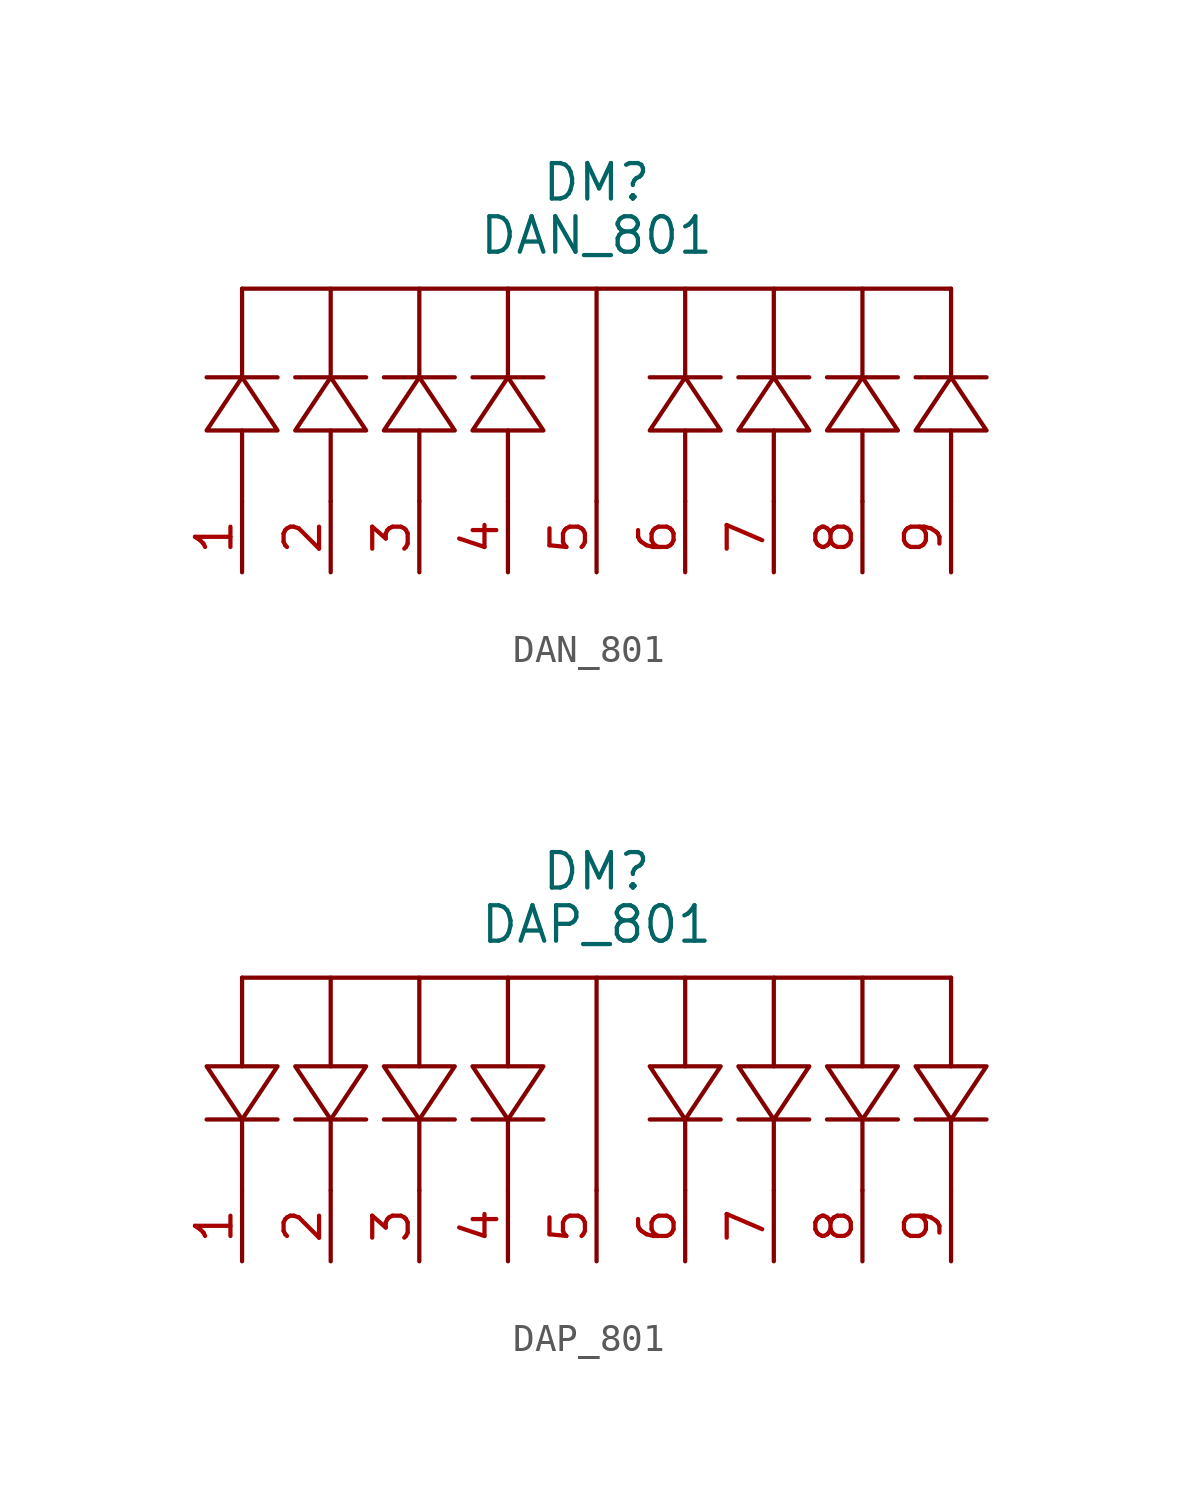
<source format=kicad_sym>
(kicad_symbol_lib
  (version 20220914)
  (generator kicad_symbol_editor)
  (symbol "DAN_801"
    (property "Reference" "DM"
      (at 0 3.81 0)
      (effects (font (size 1.27 1.27))))
    (property "Value" "DAN_801"
      (at 0 1.905 0)
      (effects (font (size 1.27 1.27))))
    (symbol "DAN_801_0_0"
      (pin unspecified line (at -12.7 -10.16 90) (length 2.54) (name "" (effects (font (size 1.27 1.27)))) (number "1" (effects (font (size 1.27 1.27)))))
      (pin unspecified line (at -9.525 -10.16 90) (length 2.54) (name "" (effects (font (size 1.27 1.27)))) (number "2" (effects (font (size 1.27 1.27)))))
      (pin unspecified line (at -6.35 -10.16 90) (length 2.54) (name "" (effects (font (size 1.27 1.27)))) (number "3" (effects (font (size 1.27 1.27)))))
      (pin unspecified line (at -3.175 -10.16 90) (length 2.54) (name "" (effects (font (size 1.27 1.27)))) (number "4" (effects (font (size 1.27 1.27)))))
      (pin unspecified line (at 0 -10.16 90) (length 2.54) (name "" (effects (font (size 1.27 1.27)))) (number "5" (effects (font (size 1.27 1.27)))))
      (pin unspecified line (at 3.175 -10.16 90) (length 2.54) (name "" (effects (font (size 1.27 1.27)))) (number "6" (effects (font (size 1.27 1.27)))))
      (pin unspecified line (at 6.35 -10.16 90) (length 2.54) (name "" (effects (font (size 1.27 1.27)))) (number "7" (effects (font (size 1.27 1.27)))))
      (pin unspecified line (at 9.525 -10.16 90) (length 2.54) (name "" (effects (font (size 1.27 1.27)))) (number "8" (effects (font (size 1.27 1.27)))))
      (pin unspecified line (at 12.7 -10.16 90) (length 2.54) (name "" (effects (font (size 1.27 1.27)))) (number "9" (effects (font (size 1.27 1.27))))))
    (symbol "DAN_801_0_1"
      (polyline (pts (xy -12.7 -5.08) (xy -12.7 -7.62)) (stroke (width 0) (type default)) (fill (type none)))
      (polyline (pts (xy -12.7 0) (xy -12.7 -3.175)) (stroke (width 0) (type default)) (fill (type none)))
      (polyline (pts (xy -11.43 -3.175) (xy -13.97 -3.175)) (stroke (width 0) (type default)) (fill (type none)))
      (polyline (pts (xy -9.525 -5.08) (xy -9.525 -7.62)) (stroke (width 0) (type default)) (fill (type none)))
      (polyline (pts (xy -9.525 0) (xy -9.525 -3.175)) (stroke (width 0) (type default)) (fill (type none)))
      (polyline (pts (xy -8.255 -3.175) (xy -10.795 -3.175)) (stroke (width 0) (type default)) (fill (type none)))
      (polyline (pts (xy -6.35 -5.08) (xy -6.35 -7.62)) (stroke (width 0) (type default)) (fill (type none)))
      (polyline (pts (xy -6.35 0) (xy -6.35 -3.175)) (stroke (width 0) (type default)) (fill (type none)))
      (polyline (pts (xy -5.08 -3.175) (xy -7.62 -3.175)) (stroke (width 0) (type default)) (fill (type none)))
      (polyline (pts (xy -3.175 -5.08) (xy -3.175 -7.62)) (stroke (width 0) (type default)) (fill (type none)))
      (polyline (pts (xy -3.175 0) (xy -3.175 -3.175)) (stroke (width 0) (type default)) (fill (type none)))
      (polyline (pts (xy -1.905 -3.175) (xy -4.445 -3.175)) (stroke (width 0) (type default)) (fill (type none)))
      (polyline (pts (xy 0 -7.62) (xy 0 0)) (stroke (width 0) (type default)) (fill (type none)))
      (polyline (pts (xy 3.175 -5.08) (xy 3.175 -7.62)) (stroke (width 0) (type default)) (fill (type none)))
      (polyline (pts (xy 3.175 0) (xy 3.175 -3.175)) (stroke (width 0) (type default)) (fill (type none)))
      (polyline (pts (xy 4.445 -3.175) (xy 1.905 -3.175)) (stroke (width 0) (type default)) (fill (type none)))
      (polyline (pts (xy 6.35 -5.08) (xy 6.35 -7.62)) (stroke (width 0) (type default)) (fill (type none)))
      (polyline (pts (xy 6.35 0) (xy 6.35 -3.175)) (stroke (width 0) (type default)) (fill (type none)))
      (polyline (pts (xy 7.62 -3.175) (xy 5.08 -3.175)) (stroke (width 0) (type default)) (fill (type none)))
      (polyline (pts (xy 9.525 -5.08) (xy 9.525 -7.62)) (stroke (width 0) (type default)) (fill (type none)))
      (polyline (pts (xy 9.525 0) (xy 9.525 -3.175)) (stroke (width 0) (type default)) (fill (type none)))
      (polyline (pts (xy 10.795 -3.175) (xy 8.255 -3.175)) (stroke (width 0) (type default)) (fill (type none)))
      (polyline (pts (xy 12.7 -5.08) (xy 12.7 -7.62)) (stroke (width 0) (type default)) (fill (type none)))
      (polyline (pts (xy 12.7 0) (xy -12.7 0)) (stroke (width 0) (type default)) (fill (type none)))
      (polyline (pts (xy 12.7 0) (xy 12.7 -3.175)) (stroke (width 0) (type default)) (fill (type none)))
      (polyline (pts (xy 13.97 -3.175) (xy 11.43 -3.175)) (stroke (width 0) (type default)) (fill (type none)))
      (polyline (pts (xy -11.43 -5.08) (xy -13.97 -5.08) (xy -12.7 -3.175) (xy -11.43 -5.08)) (stroke (width 0) (type default)) (fill (type none)))
      (polyline (pts (xy -8.255 -5.08) (xy -10.795 -5.08) (xy -9.525 -3.175) (xy -8.255 -5.08)) (stroke (width 0) (type default)) (fill (type none)))
      (polyline (pts (xy -5.08 -5.08) (xy -7.62 -5.08) (xy -6.35 -3.175) (xy -5.08 -5.08)) (stroke (width 0) (type default)) (fill (type none)))
      (polyline (pts (xy -1.905 -5.08) (xy -4.445 -5.08) (xy -3.175 -3.175) (xy -1.905 -5.08)) (stroke (width 0) (type default)) (fill (type none)))
      (polyline (pts (xy 4.445 -5.08) (xy 1.905 -5.08) (xy 3.175 -3.175) (xy 4.445 -5.08)) (stroke (width 0) (type default)) (fill (type none)))
      (polyline (pts (xy 7.62 -5.08) (xy 5.08 -5.08) (xy 6.35 -3.175) (xy 7.62 -5.08)) (stroke (width 0) (type default)) (fill (type none)))
      (polyline (pts (xy 10.795 -5.08) (xy 8.255 -5.08) (xy 9.525 -3.175) (xy 10.795 -5.08)) (stroke (width 0) (type default)) (fill (type none)))
      (polyline (pts (xy 13.97 -5.08) (xy 11.43 -5.08) (xy 12.7 -3.175) (xy 13.97 -5.08)) (stroke (width 0) (type default)) (fill (type none)))))
  (symbol "DAP_801"
    (property "Reference" "DM"
      (at 0 3.81 0)
      (effects (font (size 1.27 1.27))))
    (property "Value" "DAP_801"
      (at 0 1.905 0)
      (effects (font (size 1.27 1.27))))
    (symbol "DAP_801_0_0"
      (pin unspecified line (at -12.7 -10.16 90) (length 2.54) (name "" (effects (font (size 1.27 1.27)))) (number "1" (effects (font (size 1.27 1.27)))))
      (pin unspecified line (at -9.525 -10.16 90) (length 2.54) (name "" (effects (font (size 1.27 1.27)))) (number "2" (effects (font (size 1.27 1.27)))))
      (pin unspecified line (at -6.35 -10.16 90) (length 2.54) (name "" (effects (font (size 1.27 1.27)))) (number "3" (effects (font (size 1.27 1.27)))))
      (pin unspecified line (at -3.175 -10.16 90) (length 2.54) (name "" (effects (font (size 1.27 1.27)))) (number "4" (effects (font (size 1.27 1.27)))))
      (pin unspecified line (at 0 -10.16 90) (length 2.54) (name "" (effects (font (size 1.27 1.27)))) (number "5" (effects (font (size 1.27 1.27)))))
      (pin unspecified line (at 3.175 -10.16 90) (length 2.54) (name "" (effects (font (size 1.27 1.27)))) (number "6" (effects (font (size 1.27 1.27)))))
      (pin unspecified line (at 6.35 -10.16 90) (length 2.54) (name "" (effects (font (size 1.27 1.27)))) (number "7" (effects (font (size 1.27 1.27)))))
      (pin unspecified line (at 9.525 -10.16 90) (length 2.54) (name "" (effects (font (size 1.27 1.27)))) (number "8" (effects (font (size 1.27 1.27)))))
      (pin unspecified line (at 12.7 -10.16 90) (length 2.54) (name "" (effects (font (size 1.27 1.27)))) (number "9" (effects (font (size 1.27 1.27))))))
    (symbol "DAP_801_0_1"
      (polyline (pts (xy -13.97 -5.08) (xy -11.43 -5.08)) (stroke (width 0) (type default)) (fill (type none)))
      (polyline (pts (xy -12.7 -5.08) (xy -12.7 -7.62)) (stroke (width 0) (type default)) (fill (type none)))
      (polyline (pts (xy -12.7 0) (xy -12.7 -3.175)) (stroke (width 0) (type default)) (fill (type none)))
      (polyline (pts (xy -10.795 -5.08) (xy -8.255 -5.08)) (stroke (width 0) (type default)) (fill (type none)))
      (polyline (pts (xy -9.525 -5.08) (xy -9.525 -7.62)) (stroke (width 0) (type default)) (fill (type none)))
      (polyline (pts (xy -9.525 0) (xy -9.525 -3.175)) (stroke (width 0) (type default)) (fill (type none)))
      (polyline (pts (xy -7.62 -5.08) (xy -5.08 -5.08)) (stroke (width 0) (type default)) (fill (type none)))
      (polyline (pts (xy -6.35 -5.08) (xy -6.35 -7.62)) (stroke (width 0) (type default)) (fill (type none)))
      (polyline (pts (xy -6.35 0) (xy -6.35 -3.175)) (stroke (width 0) (type default)) (fill (type none)))
      (polyline (pts (xy -4.445 -5.08) (xy -1.905 -5.08)) (stroke (width 0) (type default)) (fill (type none)))
      (polyline (pts (xy -3.175 -5.08) (xy -3.175 -7.62)) (stroke (width 0) (type default)) (fill (type none)))
      (polyline (pts (xy -3.175 0) (xy -3.175 -3.175)) (stroke (width 0) (type default)) (fill (type none)))
      (polyline (pts (xy 0 -7.62) (xy 0 0)) (stroke (width 0) (type default)) (fill (type none)))
      (polyline (pts (xy 1.905 -5.08) (xy 4.445 -5.08)) (stroke (width 0) (type default)) (fill (type none)))
      (polyline (pts (xy 3.175 -5.08) (xy 3.175 -7.62)) (stroke (width 0) (type default)) (fill (type none)))
      (polyline (pts (xy 3.175 0) (xy 3.175 -3.175)) (stroke (width 0) (type default)) (fill (type none)))
      (polyline (pts (xy 5.08 -5.08) (xy 7.62 -5.08)) (stroke (width 0) (type default)) (fill (type none)))
      (polyline (pts (xy 6.35 -5.08) (xy 6.35 -7.62)) (stroke (width 0) (type default)) (fill (type none)))
      (polyline (pts (xy 6.35 0) (xy 6.35 -3.175)) (stroke (width 0) (type default)) (fill (type none)))
      (polyline (pts (xy 8.255 -5.08) (xy 10.795 -5.08)) (stroke (width 0) (type default)) (fill (type none)))
      (polyline (pts (xy 9.525 -5.08) (xy 9.525 -7.62)) (stroke (width 0) (type default)) (fill (type none)))
      (polyline (pts (xy 9.525 0) (xy 9.525 -3.175)) (stroke (width 0) (type default)) (fill (type none)))
      (polyline (pts (xy 11.43 -5.08) (xy 13.97 -5.08)) (stroke (width 0) (type default)) (fill (type none)))
      (polyline (pts (xy 12.7 -5.08) (xy 12.7 -7.62)) (stroke (width 0) (type default)) (fill (type none)))
      (polyline (pts (xy 12.7 0) (xy -12.7 0)) (stroke (width 0) (type default)) (fill (type none)))
      (polyline (pts (xy 12.7 0) (xy 12.7 -3.175)) (stroke (width 0) (type default)) (fill (type none)))
      (polyline (pts (xy -13.97 -3.175) (xy -11.43 -3.175) (xy -12.7 -5.08) (xy -13.97 -3.175)) (stroke (width 0) (type default)) (fill (type none)))
      (polyline (pts (xy -10.795 -3.175) (xy -8.255 -3.175) (xy -9.525 -5.08) (xy -10.795 -3.175)) (stroke (width 0) (type default)) (fill (type none)))
      (polyline (pts (xy -7.62 -3.175) (xy -5.08 -3.175) (xy -6.35 -5.08) (xy -7.62 -3.175)) (stroke (width 0) (type default)) (fill (type none)))
      (polyline (pts (xy -4.445 -3.175) (xy -1.905 -3.175) (xy -3.175 -5.08) (xy -4.445 -3.175)) (stroke (width 0) (type default)) (fill (type none)))
      (polyline (pts (xy 1.905 -3.175) (xy 4.445 -3.175) (xy 3.175 -5.08) (xy 1.905 -3.175)) (stroke (width 0) (type default)) (fill (type none)))
      (polyline (pts (xy 5.08 -3.175) (xy 7.62 -3.175) (xy 6.35 -5.08) (xy 5.08 -3.175)) (stroke (width 0) (type default)) (fill (type none)))
      (polyline (pts (xy 8.255 -3.175) (xy 10.795 -3.175) (xy 9.525 -5.08) (xy 8.255 -3.175)) (stroke (width 0) (type default)) (fill (type none)))
      (polyline (pts (xy 11.43 -3.175) (xy 13.97 -3.175) (xy 12.7 -5.08) (xy 11.43 -3.175)) (stroke (width 0) (type default)) (fill (type none))))))
</source>
